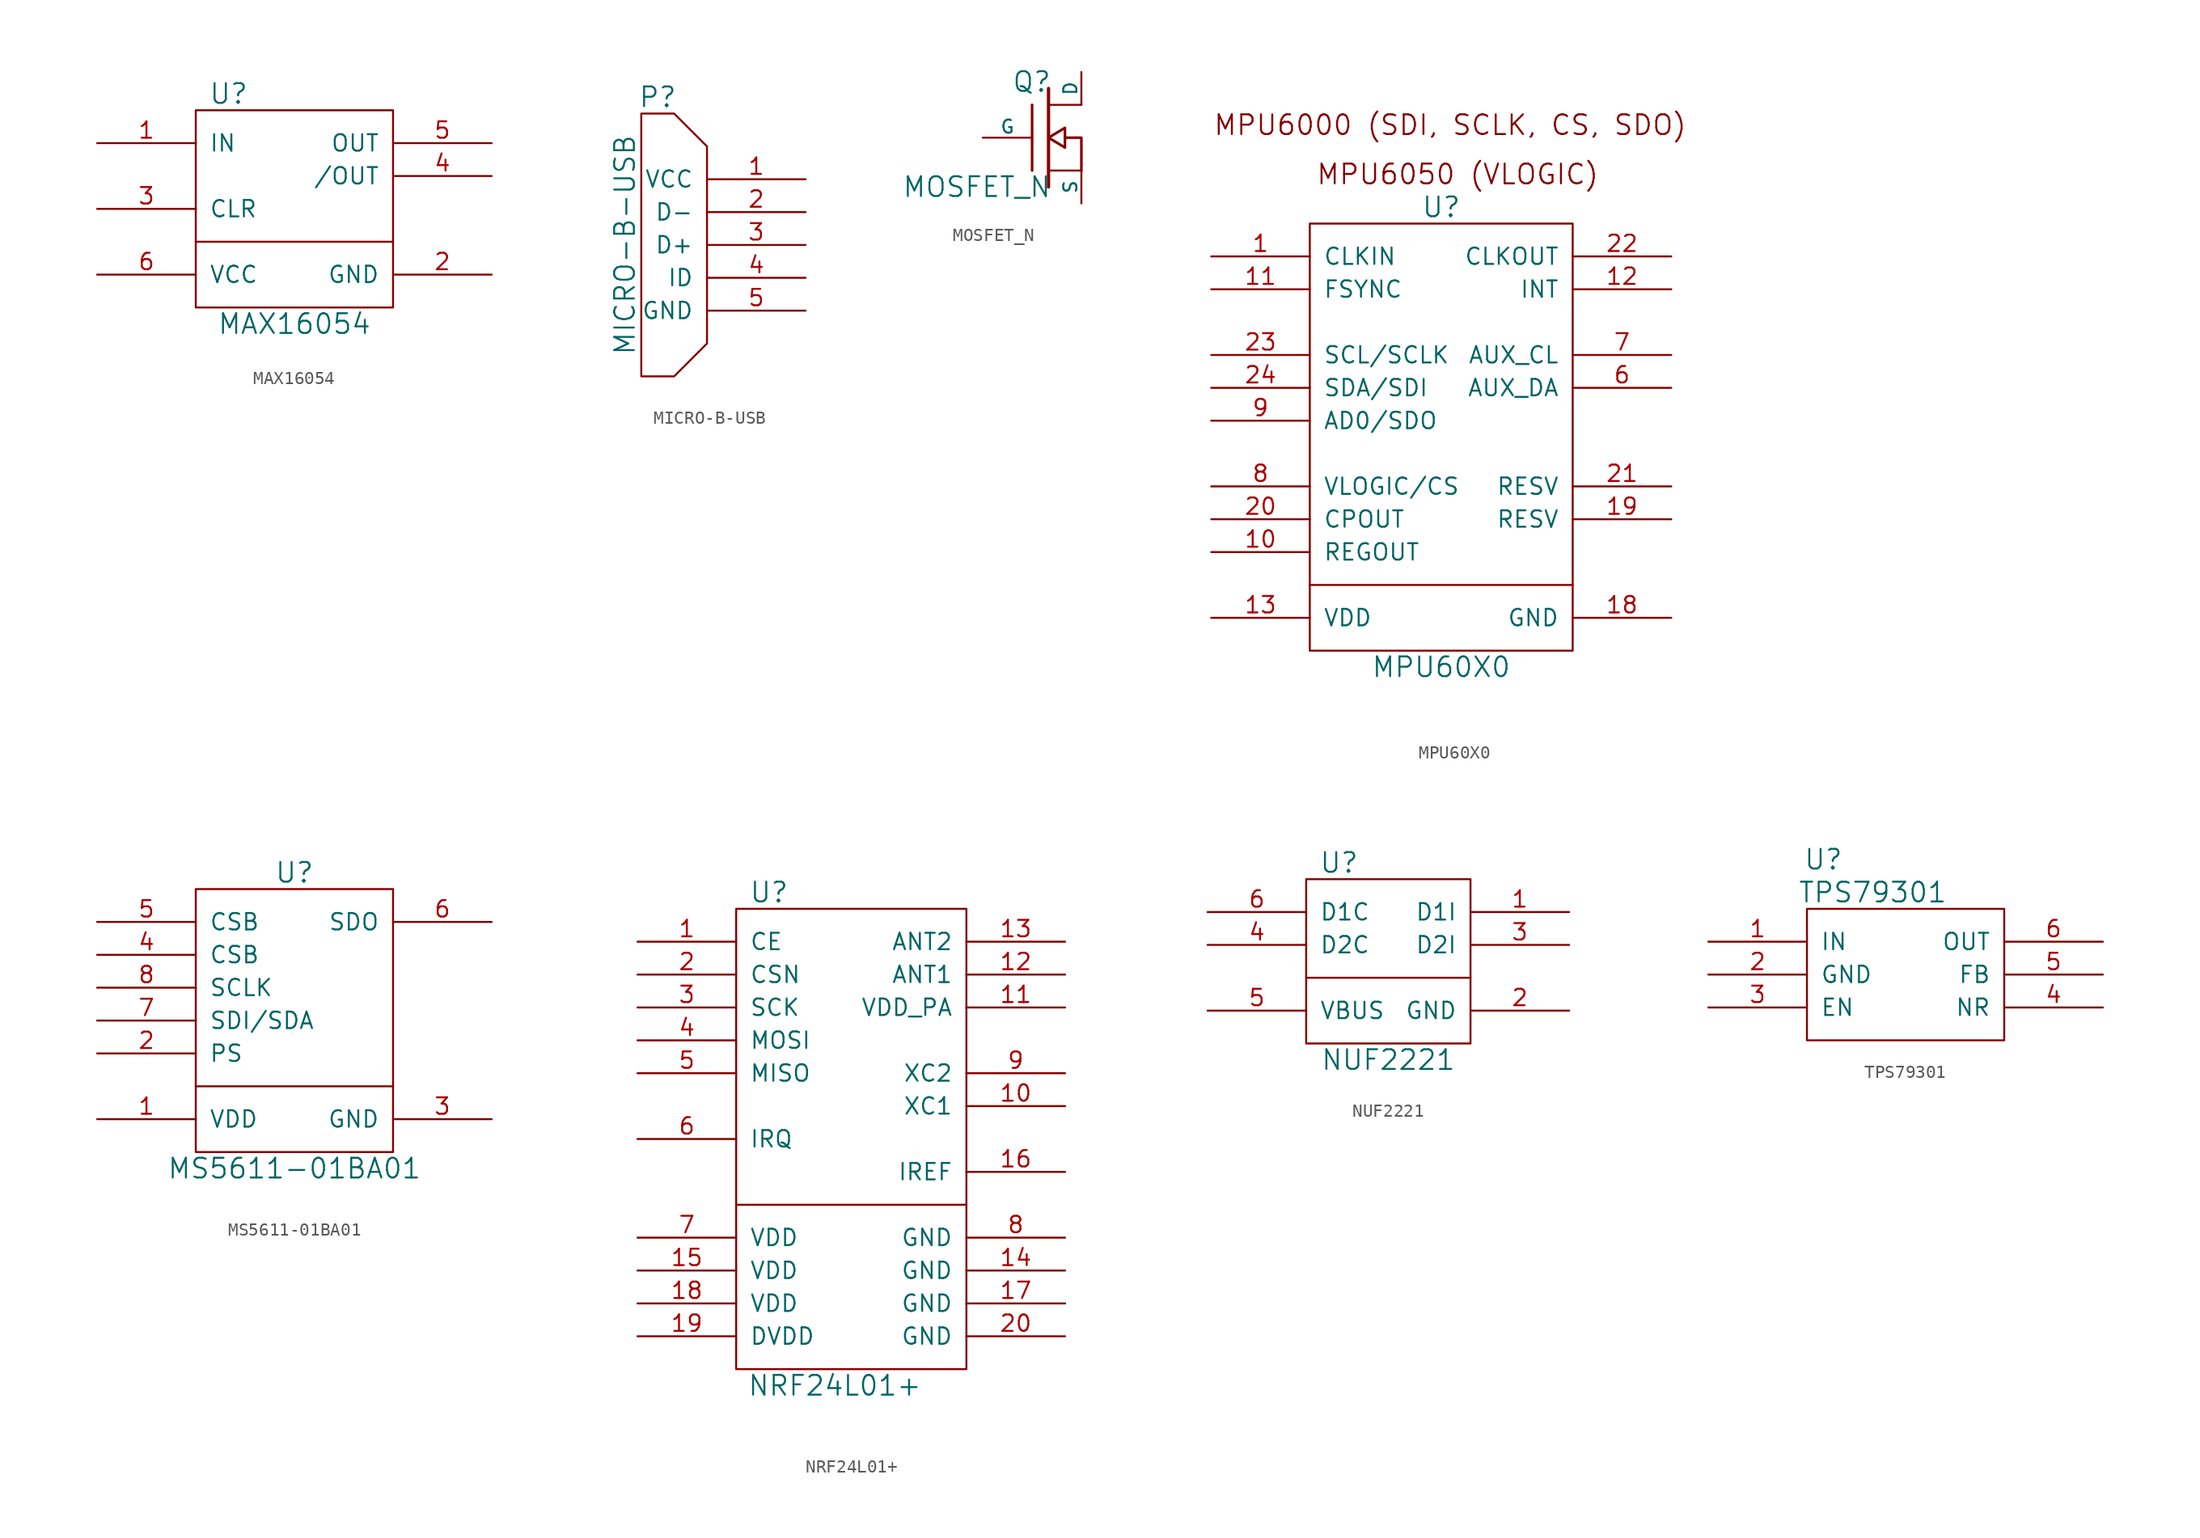
<source format=kicad_sym>
(kicad_symbol_lib
  (version 20231120)
  (generator "kicad_symbol_editor")
  (generator_version "8.0")
  (symbol "MAX16054"
    (pin_names
      (offset 1.016))
    (property "Reference" "U"
      (at -5.08 8.89 0)
      (effects (font (size 1.524 1.524))))
    (property "Value" "MAX16054"
      (at 0 -8.89 0)
      (effects (font (size 1.524 1.524))))
    (symbol "MAX16054_0_1"
      (rectangle (start -7.62 7.62) (end 7.62 -7.62) (stroke (width 0) (type solid)) (fill (type none)))
      (polyline (pts (xy -7.62 -2.54) (xy 7.62 -2.54)) (stroke (width 0) (type solid)) (fill (type none))))
    (symbol "MAX16054_1_1"
      (pin input line (at -15.24 5.08 0) (length 7.62) (name "IN" (effects (font (size 1.27 1.27)))) (number "1" (effects (font (size 1.27 1.27)))))
      (pin input line (at 15.24 -5.08 180) (length 7.62) (name "GND" (effects (font (size 1.27 1.27)))) (number "2" (effects (font (size 1.27 1.27)))))
      (pin input line (at -15.24 0 0) (length 7.62) (name "CLR" (effects (font (size 1.27 1.27)))) (number "3" (effects (font (size 1.27 1.27)))))
      (pin output line (at 15.24 2.54 180) (length 7.62) (name "/OUT" (effects (font (size 1.27 1.27)))) (number "4" (effects (font (size 1.27 1.27)))))
      (pin output line (at 15.24 5.08 180) (length 7.62) (name "OUT" (effects (font (size 1.27 1.27)))) (number "5" (effects (font (size 1.27 1.27)))))
      (pin input line (at -15.24 -5.08 0) (length 7.62) (name "VCC" (effects (font (size 1.27 1.27)))) (number "6" (effects (font (size 1.27 1.27)))))))
  (symbol "MICRO-B-USB"
    (pin_names
      (offset 1.016))
    (property "Reference" "P"
      (at -1.27 11.43 0)
      (effects (font (size 1.524 1.524))))
    (property "Value" "MICRO-B-USB"
      (at -3.81 0 90)
      (effects (font (size 1.524 1.524))))
    (symbol "MICRO-B-USB_0_1"
      (polyline (pts (xy 2.54 0) (xy 2.54 7.62) (xy 0 10.16) (xy -2.54 10.16) (xy -2.54 -10.16) (xy 0 -10.16) (xy 2.54 -7.62) (xy 2.54 0)) (stroke (width 0) (type solid)) (fill (type none))))
    (symbol "MICRO-B-USB_1_1"
      (pin power_out line (at 10.16 5.08 180) (length 7.62) (name "VCC" (effects (font (size 1.27 1.27)))) (number "1" (effects (font (size 1.27 1.27)))))
      (pin bidirectional line (at 10.16 2.54 180) (length 7.62) (name "D-" (effects (font (size 1.27 1.27)))) (number "2" (effects (font (size 1.27 1.27)))))
      (pin bidirectional line (at 10.16 0 180) (length 7.62) (name "D+" (effects (font (size 1.27 1.27)))) (number "3" (effects (font (size 1.27 1.27)))))
      (pin bidirectional line (at 10.16 -2.54 180) (length 7.62) (name "ID" (effects (font (size 1.27 1.27)))) (number "4" (effects (font (size 1.27 1.27)))))
      (pin power_in line (at 10.16 -5.08 180) (length 7.62) (name "GND" (effects (font (size 1.27 1.27)))) (number "5" (effects (font (size 1.27 1.27)))))))
  (symbol "MOSFET_N"
    (pin_numbers hide)
    (pin_names
      (offset 0))
    (property "Reference" "Q"
      (at 0.254 4.318 0)
      (effects (font (size 1.524 1.524)) (justify right)))
    (property "Value" "MOSFET_N"
      (at 0.254 -3.81 0)
      (effects (font (size 1.524 1.524)) (justify right)))
    (symbol "MOSFET_N_0_1"
      (polyline (pts (xy -1.27 -2.54) (xy -1.27 2.54)) (stroke (width 0.203) (type solid)) (fill (type none)))
      (polyline (pts (xy 0 -3.81) (xy 0 3.81)) (stroke (width 0.254) (type solid)) (fill (type none)))
      (polyline (pts (xy 2.54 -2.54) (xy 0 -2.54)) (stroke (width 0) (type solid)) (fill (type none)))
      (polyline (pts (xy 2.54 2.54) (xy 0 2.54)) (stroke (width 0) (type solid)) (fill (type none)))
      (polyline (pts (xy 2.54 -2.54) (xy 2.54 0) (xy 1.27 0)) (stroke (width 0.203) (type solid)) (fill (type none)))
      (polyline (pts (xy 1.27 0.762) (xy 1.27 -0.762) (xy 0 0) (xy 1.27 0.762) (xy 1.27 0.762)) (stroke (width 0.203) (type solid)) (fill (type none))))
    (symbol "MOSFET_N_1_1"
      (pin passive line (at 2.54 5.08 270) (length 2.54) (name "D" (effects (font (size 1.016 1.016)))) (number "D" (effects (font (size 1.016 1.016)))))
      (pin input line (at -5.08 0 0) (length 3.81) (name "G" (effects (font (size 1.016 1.016)))) (number "G" (effects (font (size 1.016 1.016)))))
      (pin passive line (at 2.54 -5.08 90) (length 2.54) (name "S" (effects (font (size 1.016 1.016)))) (number "S" (effects (font (size 1.016 1.016)))))))
  (symbol "MPU60X0"
    (pin_names
      (offset 1.016))
    (property "Reference" "U"
      (at 0 17.78 0)
      (effects (font (size 1.524 1.524))))
    (property "Value" "MPU60X0"
      (at 0 -17.78 0)
      (effects (font (size 1.524 1.524))))
    (symbol "MPU60X0_0_0"
      (text "MPU6000 (SDI, SCLK, CS, SDO) " (at 1.27 24.13 0) (effects (font (size 1.524 1.524))))
      (text "MPU6050 (VLOGIC)" (at 1.27 20.32 0) (effects (font (size 1.524 1.524)))))
    (symbol "MPU60X0_0_1"
      (rectangle (start -10.16 16.51) (end 10.16 -16.51) (stroke (width 0) (type solid)) (fill (type none)))
      (polyline (pts (xy -10.16 -11.43) (xy 10.16 -11.43)) (stroke (width 0) (type solid)) (fill (type none))))
    (symbol "MPU60X0_1_1"
      (pin input line (at -17.78 13.97 0) (length 7.62) (name "CLKIN" (effects (font (size 1.27 1.27)))) (number "1" (effects (font (size 1.27 1.27)))))
      (pin output line (at -17.78 -8.89 0) (length 7.62) (name "REGOUT" (effects (font (size 1.27 1.27)))) (number "10" (effects (font (size 1.27 1.27)))))
      (pin input line (at -17.78 11.43 0) (length 7.62) (name "FSYNC" (effects (font (size 1.27 1.27)))) (number "11" (effects (font (size 1.27 1.27)))))
      (pin output line (at 17.78 11.43 180) (length 7.62) (name "INT" (effects (font (size 1.27 1.27)))) (number "12" (effects (font (size 1.27 1.27)))))
      (pin power_in line (at -17.78 -13.97 0) (length 7.62) (name "VDD" (effects (font (size 1.27 1.27)))) (number "13" (effects (font (size 1.27 1.27)))))
      (pin power_in line (at 17.78 -13.97 180) (length 7.62) (name "GND" (effects (font (size 1.27 1.27)))) (number "18" (effects (font (size 1.27 1.27)))))
      (pin input line (at 17.78 -6.35 180) (length 7.62) (name "RESV" (effects (font (size 1.27 1.27)))) (number "19" (effects (font (size 1.27 1.27)))))
      (pin input line (at -17.78 -6.35 0) (length 7.62) (name "CPOUT" (effects (font (size 1.27 1.27)))) (number "20" (effects (font (size 1.27 1.27)))))
      (pin input line (at 17.78 -3.81 180) (length 7.62) (name "RESV" (effects (font (size 1.27 1.27)))) (number "21" (effects (font (size 1.27 1.27)))))
      (pin output line (at 17.78 13.97 180) (length 7.62) (name "CLKOUT" (effects (font (size 1.27 1.27)))) (number "22" (effects (font (size 1.27 1.27)))))
      (pin bidirectional line (at -17.78 6.35 0) (length 7.62) (name "SCL/SCLK" (effects (font (size 1.27 1.27)))) (number "23" (effects (font (size 1.27 1.27)))))
      (pin input line (at -17.78 3.81 0) (length 7.62) (name "SDA/SDI" (effects (font (size 1.27 1.27)))) (number "24" (effects (font (size 1.27 1.27)))))
      (pin bidirectional line (at 17.78 3.81 180) (length 7.62) (name "AUX_DA" (effects (font (size 1.27 1.27)))) (number "6" (effects (font (size 1.27 1.27)))))
      (pin bidirectional line (at 17.78 6.35 180) (length 7.62) (name "AUX_CL" (effects (font (size 1.27 1.27)))) (number "7" (effects (font (size 1.27 1.27)))))
      (pin input line (at -17.78 -3.81 0) (length 7.62) (name "VLOGIC/CS" (effects (font (size 1.27 1.27)))) (number "8" (effects (font (size 1.27 1.27)))))
      (pin input line (at -17.78 1.27 0) (length 7.62) (name "AD0/SDO" (effects (font (size 1.27 1.27)))) (number "9" (effects (font (size 1.27 1.27)))))))
  (symbol "MS5611-01BA01"
    (pin_names
      (offset 1.016))
    (property "Reference" "U"
      (at 0 11.43 0)
      (effects (font (size 1.524 1.524))))
    (property "Value" "MS5611-01BA01"
      (at 0 -11.43 0)
      (effects (font (size 1.524 1.524))))
    (symbol "MS5611-01BA01_0_1"
      (rectangle (start -7.62 10.16) (end 7.62 -10.16) (stroke (width 0) (type solid)) (fill (type none)))
      (polyline (pts (xy -7.62 -5.08) (xy 7.62 -5.08)) (stroke (width 0) (type solid)) (fill (type none))))
    (symbol "MS5611-01BA01_1_1"
      (pin power_in line (at -15.24 -7.62 0) (length 7.62) (name "VDD" (effects (font (size 1.27 1.27)))) (number "1" (effects (font (size 1.27 1.27)))))
      (pin input line (at -15.24 -2.54 0) (length 7.62) (name "PS" (effects (font (size 1.27 1.27)))) (number "2" (effects (font (size 1.27 1.27)))))
      (pin power_in line (at 15.24 -7.62 180) (length 7.62) (name "GND" (effects (font (size 1.27 1.27)))) (number "3" (effects (font (size 1.27 1.27)))))
      (pin input line (at -15.24 5.08 0) (length 7.62) (name "CSB" (effects (font (size 1.27 1.27)))) (number "4" (effects (font (size 1.27 1.27)))))
      (pin input line (at -15.24 7.62 0) (length 7.62) (name "CSB" (effects (font (size 1.27 1.27)))) (number "5" (effects (font (size 1.27 1.27)))))
      (pin bidirectional line (at 15.24 7.62 180) (length 7.62) (name "SDO" (effects (font (size 1.27 1.27)))) (number "6" (effects (font (size 1.27 1.27)))))
      (pin bidirectional line (at -15.24 0 0) (length 7.62) (name "SDI/SDA" (effects (font (size 1.27 1.27)))) (number "7" (effects (font (size 1.27 1.27)))))
      (pin bidirectional line (at -15.24 2.54 0) (length 7.62) (name "SCLK" (effects (font (size 1.27 1.27)))) (number "8" (effects (font (size 1.27 1.27)))))))
  (symbol "NRF24L01+"
    (pin_names
      (offset 1.016))
    (property "Reference" "U"
      (at -6.35 20.32 0)
      (effects (font (size 1.524 1.524))))
    (property "Value" "NRF24L01+"
      (at -1.27 -17.78 0)
      (effects (font (size 1.524 1.524))))
    (symbol "NRF24L01+_0_1"
      (rectangle (start -8.89 19.05) (end 8.89 -16.51) (stroke (width 0) (type solid)) (fill (type none)))
      (polyline (pts (xy -8.89 -3.81) (xy 8.89 -3.81) (xy 8.89 -3.81)) (stroke (width 0) (type solid)) (fill (type none))))
    (symbol "NRF24L01+_1_1"
      (pin input line (at -16.51 16.51 0) (length 7.62) (name "CE" (effects (font (size 1.27 1.27)))) (number "1" (effects (font (size 1.27 1.27)))))
      (pin input line (at 16.51 3.81 180) (length 7.62) (name "XC1" (effects (font (size 1.27 1.27)))) (number "10" (effects (font (size 1.27 1.27)))))
      (pin output line (at 16.51 11.43 180) (length 7.62) (name "VDD_PA" (effects (font (size 1.27 1.27)))) (number "11" (effects (font (size 1.27 1.27)))))
      (pin bidirectional line (at 16.51 13.97 180) (length 7.62) (name "ANT1" (effects (font (size 1.27 1.27)))) (number "12" (effects (font (size 1.27 1.27)))))
      (pin bidirectional line (at 16.51 16.51 180) (length 7.62) (name "ANT2" (effects (font (size 1.27 1.27)))) (number "13" (effects (font (size 1.27 1.27)))))
      (pin power_in line (at 16.51 -8.89 180) (length 7.62) (name "GND" (effects (font (size 1.27 1.27)))) (number "14" (effects (font (size 1.27 1.27)))))
      (pin power_in line (at -16.51 -8.89 0) (length 7.62) (name "VDD" (effects (font (size 1.27 1.27)))) (number "15" (effects (font (size 1.27 1.27)))))
      (pin output line (at 16.51 -1.27 180) (length 7.62) (name "IREF" (effects (font (size 1.27 1.27)))) (number "16" (effects (font (size 1.27 1.27)))))
      (pin power_in line (at 16.51 -11.43 180) (length 7.62) (name "GND" (effects (font (size 1.27 1.27)))) (number "17" (effects (font (size 1.27 1.27)))))
      (pin power_in line (at -16.51 -11.43 0) (length 7.62) (name "VDD" (effects (font (size 1.27 1.27)))) (number "18" (effects (font (size 1.27 1.27)))))
      (pin passive line (at -16.51 -13.97 0) (length 7.62) (name "DVDD" (effects (font (size 1.27 1.27)))) (number "19" (effects (font (size 1.27 1.27)))))
      (pin input line (at -16.51 13.97 0) (length 7.62) (name "CSN" (effects (font (size 1.27 1.27)))) (number "2" (effects (font (size 1.27 1.27)))))
      (pin power_in line (at 16.51 -13.97 180) (length 7.62) (name "GND" (effects (font (size 1.27 1.27)))) (number "20" (effects (font (size 1.27 1.27)))))
      (pin input line (at -16.51 11.43 0) (length 7.62) (name "SCK" (effects (font (size 1.27 1.27)))) (number "3" (effects (font (size 1.27 1.27)))))
      (pin input line (at -16.51 8.89 0) (length 7.62) (name "MOSI" (effects (font (size 1.27 1.27)))) (number "4" (effects (font (size 1.27 1.27)))))
      (pin output line (at -16.51 6.35 0) (length 7.62) (name "MISO" (effects (font (size 1.27 1.27)))) (number "5" (effects (font (size 1.27 1.27)))))
      (pin output line (at -16.51 1.27 0) (length 7.62) (name "IRQ" (effects (font (size 1.27 1.27)))) (number "6" (effects (font (size 1.27 1.27)))))
      (pin power_in line (at -16.51 -6.35 0) (length 7.62) (name "VDD" (effects (font (size 1.27 1.27)))) (number "7" (effects (font (size 1.27 1.27)))))
      (pin power_in line (at 16.51 -6.35 180) (length 7.62) (name "GND" (effects (font (size 1.27 1.27)))) (number "8" (effects (font (size 1.27 1.27)))))
      (pin input line (at 16.51 6.35 180) (length 7.62) (name "XC2" (effects (font (size 1.27 1.27)))) (number "9" (effects (font (size 1.27 1.27)))))))
  (symbol "NUF2221"
    (pin_names
      (offset 1.016))
    (property "Reference" "U"
      (at -3.81 6.35 0)
      (effects (font (size 1.524 1.524))))
    (property "Value" "NUF2221"
      (at 0 -8.89 0)
      (effects (font (size 1.524 1.524))))
    (symbol "NUF2221_0_1"
      (rectangle (start -6.35 5.08) (end 6.35 -7.62) (stroke (width 0) (type solid)) (fill (type none)))
      (polyline (pts (xy -6.35 -2.54) (xy 6.35 -2.54)) (stroke (width 0) (type solid)) (fill (type none))))
    (symbol "NUF2221_1_1"
      (pin input line (at 13.97 2.54 180) (length 7.62) (name "D1I" (effects (font (size 1.27 1.27)))) (number "1" (effects (font (size 1.27 1.27)))))
      (pin input line (at 13.97 -5.08 180) (length 7.62) (name "GND" (effects (font (size 1.27 1.27)))) (number "2" (effects (font (size 1.27 1.27)))))
      (pin input line (at 13.97 0 180) (length 7.62) (name "D2I" (effects (font (size 1.27 1.27)))) (number "3" (effects (font (size 1.27 1.27)))))
      (pin input line (at -13.97 0 0) (length 7.62) (name "D2C" (effects (font (size 1.27 1.27)))) (number "4" (effects (font (size 1.27 1.27)))))
      (pin input line (at -13.97 -5.08 0) (length 7.62) (name "VBUS" (effects (font (size 1.27 1.27)))) (number "5" (effects (font (size 1.27 1.27)))))
      (pin input line (at -13.97 2.54 0) (length 7.62) (name "D1C" (effects (font (size 1.27 1.27)))) (number "6" (effects (font (size 1.27 1.27)))))))
  (symbol "TPS79301"
    (pin_names
      (offset 1.016))
    (property "Reference" "U"
      (at -6.35 8.89 0)
      (effects (font (size 1.524 1.524))))
    (property "Value" "TPS79301"
      (at -2.54 6.35 0)
      (effects (font (size 1.524 1.524))))
    (symbol "TPS79301_0_1"
      (rectangle (start -7.62 5.08) (end 7.62 -5.08) (stroke (width 0) (type solid)) (fill (type none))))
    (symbol "TPS79301_1_1"
      (pin power_in line (at -15.24 2.54 0) (length 7.62) (name "IN" (effects (font (size 1.27 1.27)))) (number "1" (effects (font (size 1.27 1.27)))))
      (pin power_in line (at -15.24 0 0) (length 7.62) (name "GND" (effects (font (size 1.27 1.27)))) (number "2" (effects (font (size 1.27 1.27)))))
      (pin input line (at -15.24 -2.54 0) (length 7.62) (name "EN" (effects (font (size 1.27 1.27)))) (number "3" (effects (font (size 1.27 1.27)))))
      (pin passive line (at 15.24 -2.54 180) (length 7.62) (name "NR" (effects (font (size 1.27 1.27)))) (number "4" (effects (font (size 1.27 1.27)))))
      (pin input line (at 15.24 0 180) (length 7.62) (name "FB" (effects (font (size 1.27 1.27)))) (number "5" (effects (font (size 1.27 1.27)))))
      (pin power_out line (at 15.24 2.54 180) (length 7.62) (name "OUT" (effects (font (size 1.27 1.27)))) (number "6" (effects (font (size 1.27 1.27))))))))
</source>
